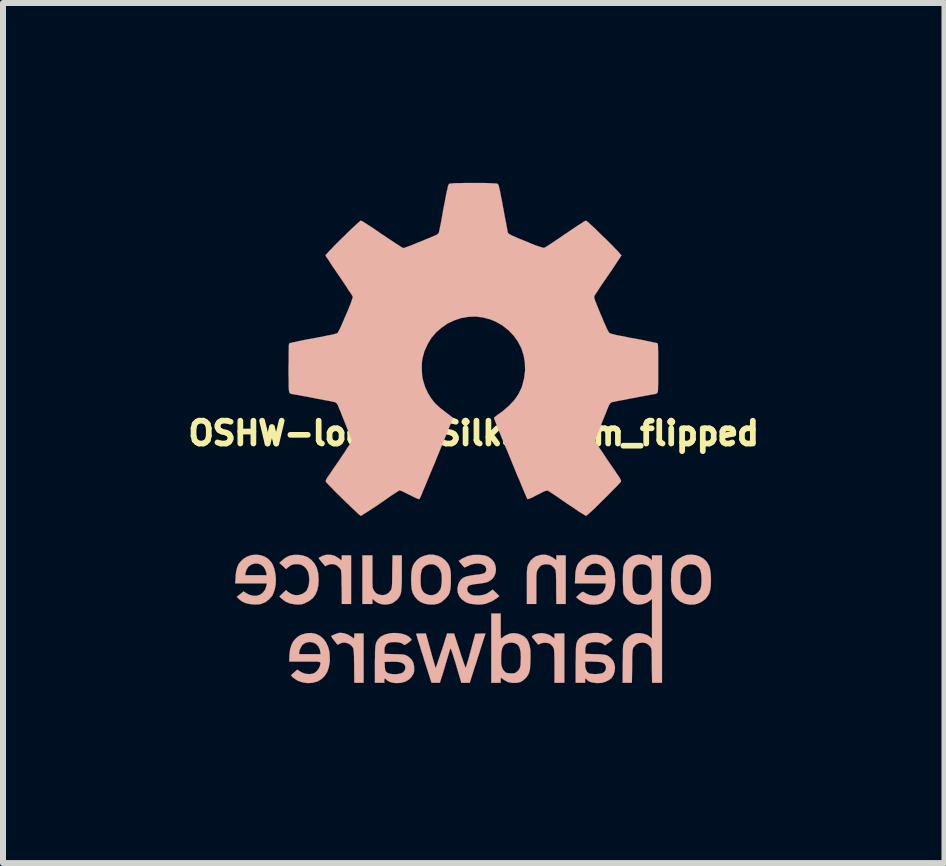
<source format=kicad_pcb>
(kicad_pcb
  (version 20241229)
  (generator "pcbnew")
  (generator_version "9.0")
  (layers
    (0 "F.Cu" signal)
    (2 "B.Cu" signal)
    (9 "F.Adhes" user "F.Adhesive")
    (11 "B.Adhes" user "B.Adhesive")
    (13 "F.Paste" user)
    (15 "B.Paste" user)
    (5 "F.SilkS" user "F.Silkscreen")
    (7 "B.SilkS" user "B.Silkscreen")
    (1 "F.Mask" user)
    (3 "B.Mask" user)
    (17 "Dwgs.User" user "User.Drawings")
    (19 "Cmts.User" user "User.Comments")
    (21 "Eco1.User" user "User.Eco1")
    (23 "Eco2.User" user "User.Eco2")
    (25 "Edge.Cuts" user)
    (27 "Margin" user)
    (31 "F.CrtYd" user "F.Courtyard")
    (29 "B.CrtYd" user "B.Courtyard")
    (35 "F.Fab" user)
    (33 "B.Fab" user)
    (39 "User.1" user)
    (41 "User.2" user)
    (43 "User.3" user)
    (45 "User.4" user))
  (footprint "OSHW-logo_B.SilkS_8mm_flipped"
    (layer "F.Cu")
    (at 4.849 4.174)
    (property "Reference" "OSHW-logo_B.SilkS_8mm_flipped" (at 0 0 0) (layer "F.SilkS") (effects (font (size 0.381 0.381) (thickness 0.127))))
    (attr through_hole)
    (fp_poly (pts (xy 0.97 3.391) (xy 0.975 3.404) (xy 0.993 3.426) (xy 1.019 3.457) (xy 1.024 3.465) (xy 1.077 3.526) (xy 1.11 3.508) (xy 1.151 3.495) (xy 1.201 3.493) (xy 1.247 3.5) (xy 1.27 3.51) (xy 1.295 3.531) (xy 1.321 3.561) (xy 1.323 3.569) (xy 1.331 3.581) (xy 1.336 3.594) (xy 1.339 3.612) (xy 1.341 3.635) (xy 1.344 3.668) (xy 1.344 3.713) (xy 1.346 3.772) (xy 1.346 3.848) (xy 1.346 3.884) (xy 1.346 4.161) (xy 1.427 4.161) (xy 1.511 4.161) (xy 1.511 3.749) (xy 1.511 3.338) (xy 1.427 3.338) (xy 1.346 3.338) (xy 1.346 3.381) (xy 1.346 3.424) (xy 1.321 3.404) (xy 1.267 3.365) (xy 1.204 3.343) (xy 1.138 3.332) (xy 1.072 3.338) (xy 1.013 3.355) (xy 0.988 3.373) (xy 0.973 3.386) (xy 0.97 3.391)) (stroke (width 0.003) (type solid)) (fill yes) (layer "B.SilkS"))
    (fp_poly (pts (xy -2.586 2.08) (xy -2.581 2.09) (xy -2.563 2.113) (xy -2.54 2.144) (xy -2.53 2.154) (xy -2.477 2.217) (xy -2.436 2.197) (xy -2.383 2.182) (xy -2.329 2.184) (xy -2.278 2.207) (xy -2.235 2.248) (xy -2.228 2.258) (xy -2.22 2.266) (xy -2.215 2.278) (xy -2.212 2.294) (xy -2.21 2.316) (xy -2.207 2.349) (xy -2.205 2.393) (xy -2.205 2.451) (xy -2.205 2.527) (xy -2.202 2.565) (xy -2.2 2.847) (xy -2.121 2.847) (xy -2.045 2.847) (xy -2.045 2.441) (xy -2.045 2.035) (xy -2.123 2.035) (xy -2.202 2.035) (xy -2.202 2.075) (xy -2.202 2.101) (xy -2.205 2.116) (xy -2.207 2.118) (xy -2.217 2.111) (xy -2.238 2.095) (xy -2.253 2.083) (xy -2.314 2.045) (xy -2.38 2.027) (xy -2.449 2.024) (xy -2.52 2.042) (xy -2.532 2.05) (xy -2.56 2.065) (xy -2.581 2.075) (xy -2.586 2.08)) (stroke (width 0.003) (type solid)) (fill yes) (layer "B.SilkS"))
    (fp_poly (pts (xy -2.375 3.381) (xy -2.372 3.391) (xy -2.362 3.411) (xy -2.339 3.442) (xy -2.304 3.485) (xy -2.299 3.493) (xy -2.268 3.528) (xy -2.238 3.51) (xy -2.195 3.493) (xy -2.144 3.49) (xy -2.093 3.505) (xy -2.05 3.531) (xy -2.019 3.569) (xy -2.012 3.579) (xy -2.007 3.594) (xy -2.004 3.612) (xy -2.002 3.637) (xy -1.999 3.673) (xy -1.996 3.719) (xy -1.996 3.782) (xy -1.994 3.861) (xy -1.994 3.884) (xy -1.991 4.161) (xy -1.913 4.161) (xy -1.836 4.161) (xy -1.836 3.749) (xy -1.836 3.338) (xy -1.915 3.338) (xy -1.991 3.338) (xy -1.991 3.378) (xy -1.994 3.406) (xy -1.996 3.419) (xy -1.996 3.421) (xy -2.009 3.416) (xy -2.029 3.401) (xy -2.05 3.386) (xy -2.101 3.355) (xy -2.162 3.335) (xy -2.225 3.327) (xy -2.228 3.327) (xy -2.25 3.33) (xy -2.283 3.34) (xy -2.319 3.353) (xy -2.349 3.365) (xy -2.37 3.376) (xy -2.375 3.381)) (stroke (width 0.003) (type solid)) (fill yes) (layer "B.SilkS"))
    (fp_poly (pts (xy -3.241 2.72) (xy -3.203 2.758) (xy -3.139 2.807) (xy -3.071 2.837) (xy -2.99 2.852) (xy -2.962 2.855) (xy -2.908 2.855) (xy -2.87 2.852) (xy -2.835 2.842) (xy -2.824 2.837) (xy -2.748 2.799) (xy -2.685 2.751) (xy -2.639 2.69) (xy -2.609 2.619) (xy -2.591 2.532) (xy -2.586 2.436) (xy -2.593 2.334) (xy -2.616 2.245) (xy -2.654 2.172) (xy -2.708 2.111) (xy -2.771 2.065) (xy -2.85 2.037) (xy -2.924 2.027) (xy -3.01 2.029) (xy -3.086 2.047) (xy -3.157 2.088) (xy -3.208 2.131) (xy -3.241 2.162) (xy -3.185 2.212) (xy -3.129 2.266) (xy -3.101 2.24) (xy -3.051 2.202) (xy -2.992 2.184) (xy -2.934 2.182) (xy -2.878 2.192) (xy -2.83 2.22) (xy -2.789 2.261) (xy -2.761 2.314) (xy -2.758 2.319) (xy -2.746 2.383) (xy -2.743 2.449) (xy -2.748 2.515) (xy -2.764 2.573) (xy -2.786 2.621) (xy -2.804 2.642) (xy -2.855 2.677) (xy -2.916 2.697) (xy -2.977 2.7) (xy -3.038 2.682) (xy -3.091 2.649) (xy -3.101 2.642) (xy -3.129 2.614) (xy -3.185 2.667) (xy -3.241 2.72)) (stroke (width 0.003) (type solid)) (fill yes) (layer "B.SilkS"))
    (fp_poly (pts (xy -1.857 2.847) (xy -1.773 2.847) (xy -1.689 2.847) (xy -1.689 2.804) (xy -1.689 2.761) (xy -1.661 2.786) (xy -1.605 2.827) (xy -1.542 2.85) (xy -1.471 2.857) (xy -1.402 2.847) (xy -1.361 2.835) (xy -1.321 2.809) (xy -1.283 2.779) (xy -1.27 2.766) (xy -1.252 2.743) (xy -1.237 2.72) (xy -1.224 2.695) (xy -1.214 2.664) (xy -1.209 2.624) (xy -1.204 2.576) (xy -1.201 2.512) (xy -1.199 2.436) (xy -1.199 2.339) (xy -1.199 2.324) (xy -1.199 2.035) (xy -1.278 2.035) (xy -1.354 2.035) (xy -1.359 2.309) (xy -1.359 2.39) (xy -1.361 2.456) (xy -1.361 2.507) (xy -1.364 2.543) (xy -1.367 2.57) (xy -1.372 2.588) (xy -1.374 2.603) (xy -1.382 2.616) (xy -1.42 2.662) (xy -1.468 2.69) (xy -1.521 2.7) (xy -1.58 2.69) (xy -1.59 2.687) (xy -1.628 2.667) (xy -1.656 2.634) (xy -1.664 2.624) (xy -1.671 2.611) (xy -1.679 2.596) (xy -1.681 2.581) (xy -1.687 2.56) (xy -1.687 2.532) (xy -1.689 2.494) (xy -1.689 2.443) (xy -1.689 2.377) (xy -1.689 2.306) (xy -1.689 2.035) (xy -1.773 2.035) (xy -1.857 2.035) (xy -1.857 2.441) (xy -1.857 2.847)) (stroke (width 0.003) (type solid)) (fill yes) (layer "B.SilkS"))
    (fp_poly (pts (xy 0.886 2.847) (xy 0.965 2.847) (xy 1.044 2.847) (xy 1.044 2.583) (xy 1.044 2.502) (xy 1.044 2.438) (xy 1.044 2.39) (xy 1.046 2.355) (xy 1.049 2.329) (xy 1.052 2.309) (xy 1.057 2.294) (xy 1.064 2.278) (xy 1.067 2.273) (xy 1.097 2.228) (xy 1.13 2.2) (xy 1.176 2.187) (xy 1.209 2.184) (xy 1.262 2.189) (xy 1.303 2.207) (xy 1.339 2.243) (xy 1.349 2.258) (xy 1.356 2.266) (xy 1.361 2.278) (xy 1.367 2.294) (xy 1.369 2.316) (xy 1.372 2.349) (xy 1.372 2.393) (xy 1.374 2.451) (xy 1.374 2.527) (xy 1.374 2.565) (xy 1.377 2.847) (xy 1.455 2.847) (xy 1.534 2.847) (xy 1.534 2.441) (xy 1.534 2.035) (xy 1.455 2.035) (xy 1.377 2.035) (xy 1.377 2.075) (xy 1.377 2.118) (xy 1.328 2.08) (xy 1.265 2.045) (xy 1.194 2.024) (xy 1.123 2.027) (xy 1.052 2.047) (xy 1.046 2.047) (xy 0.991 2.083) (xy 0.947 2.126) (xy 0.912 2.184) (xy 0.904 2.2) (xy 0.899 2.215) (xy 0.894 2.233) (xy 0.892 2.253) (xy 0.889 2.283) (xy 0.886 2.322) (xy 0.886 2.372) (xy 0.886 2.438) (xy 0.886 2.522) (xy 0.886 2.543) (xy 0.886 2.847)) (stroke (width 0.003) (type solid)) (fill yes) (layer "B.SilkS"))
    (fp_poly (pts (xy -3.978 2.504) (xy -3.81 2.504) (xy -3.81 2.367) (xy -3.805 2.327) (xy -3.787 2.271) (xy -3.757 2.225) (xy -3.713 2.192) (xy -3.708 2.189) (xy -3.65 2.172) (xy -3.592 2.174) (xy -3.543 2.195) (xy -3.503 2.23) (xy -3.472 2.281) (xy -3.459 2.329) (xy -3.452 2.367) (xy -3.63 2.367) (xy -3.81 2.367) (xy -3.81 2.504) (xy -3.713 2.504) (xy -3.449 2.504) (xy -3.457 2.543) (xy -3.477 2.606) (xy -3.513 2.654) (xy -3.559 2.69) (xy -3.612 2.708) (xy -3.673 2.71) (xy -3.736 2.695) (xy -3.8 2.662) (xy -3.838 2.637) (xy -3.894 2.682) (xy -3.952 2.728) (xy -3.919 2.761) (xy -3.866 2.804) (xy -3.797 2.835) (xy -3.719 2.85) (xy -3.673 2.855) (xy -3.627 2.855) (xy -3.586 2.852) (xy -3.556 2.85) (xy -3.551 2.847) (xy -3.477 2.819) (xy -3.414 2.771) (xy -3.36 2.71) (xy -3.343 2.675) (xy -3.317 2.601) (xy -3.302 2.52) (xy -3.299 2.431) (xy -3.307 2.342) (xy -3.325 2.261) (xy -3.353 2.187) (xy -3.376 2.149) (xy -3.429 2.093) (xy -3.49 2.055) (xy -3.559 2.032) (xy -3.632 2.024) (xy -3.708 2.032) (xy -3.78 2.057) (xy -3.846 2.098) (xy -3.879 2.131) (xy -3.917 2.174) (xy -3.942 2.228) (xy -3.96 2.294) (xy -3.97 2.372) (xy -3.97 2.395) (xy -3.978 2.504)) (stroke (width 0.003) (type solid)) (fill yes) (layer "B.SilkS"))
    (fp_poly (pts (xy -3.076 3.807) (xy -2.911 3.807) (xy -2.911 3.683) (xy -2.911 3.653) (xy -2.903 3.617) (xy -2.885 3.576) (xy -2.863 3.538) (xy -2.837 3.513) (xy -2.786 3.487) (xy -2.731 3.48) (xy -2.677 3.49) (xy -2.629 3.513) (xy -2.591 3.553) (xy -2.565 3.609) (xy -2.56 3.637) (xy -2.553 3.683) (xy -2.731 3.683) (xy -2.911 3.683) (xy -2.911 3.807) (xy -2.817 3.807) (xy -2.733 3.807) (xy -2.67 3.807) (xy -2.624 3.807) (xy -2.591 3.81) (xy -2.568 3.815) (xy -2.558 3.823) (xy -2.555 3.835) (xy -2.558 3.851) (xy -2.563 3.871) (xy -2.565 3.884) (xy -2.588 3.929) (xy -2.621 3.97) (xy -2.659 3.998) (xy -2.677 4.006) (xy -2.736 4.016) (xy -2.802 4.011) (xy -2.863 3.99) (xy -2.888 3.975) (xy -2.944 3.942) (xy -2.995 3.988) (xy -3.02 4.011) (xy -3.04 4.028) (xy -3.045 4.039) (xy -3.038 4.049) (xy -3.02 4.067) (xy -3.002 4.082) (xy -2.936 4.125) (xy -2.857 4.153) (xy -2.771 4.166) (xy -2.687 4.161) (xy -2.609 4.14) (xy -2.543 4.102) (xy -2.487 4.049) (xy -2.443 3.98) (xy -2.416 3.899) (xy -2.4 3.802) (xy -2.4 3.749) (xy -2.405 3.65) (xy -2.428 3.561) (xy -2.464 3.485) (xy -2.51 3.424) (xy -2.568 3.376) (xy -2.634 3.345) (xy -2.708 3.33) (xy -2.789 3.335) (xy -2.802 3.338) (xy -2.857 3.353) (xy -2.901 3.371) (xy -2.941 3.399) (xy -2.964 3.419) (xy -3.007 3.467) (xy -3.038 3.526) (xy -3.061 3.599) (xy -3.073 3.688) (xy -3.076 3.762) (xy -3.076 3.807)) (stroke (width 0.003) (type solid)) (fill yes) (layer "B.SilkS"))
    (fp_poly (pts (xy -1.044 2.461) (xy -1.041 2.535) (xy -1.034 2.601) (xy -1.021 2.654) (xy -1.016 2.667) (xy -0.98 2.728) (xy -0.93 2.784) (xy -0.886 2.812) (xy -0.886 2.441) (xy -0.884 2.367) (xy -0.876 2.311) (xy -0.864 2.268) (xy -0.841 2.238) (xy -0.81 2.212) (xy -0.792 2.202) (xy -0.737 2.184) (xy -0.681 2.184) (xy -0.63 2.202) (xy -0.589 2.235) (xy -0.556 2.283) (xy -0.538 2.342) (xy -0.536 2.355) (xy -0.533 2.403) (xy -0.533 2.459) (xy -0.538 2.515) (xy -0.544 2.563) (xy -0.554 2.596) (xy -0.556 2.603) (xy -0.592 2.652) (xy -0.638 2.685) (xy -0.691 2.7) (xy -0.747 2.697) (xy -0.798 2.677) (xy -0.833 2.654) (xy -0.856 2.624) (xy -0.874 2.583) (xy -0.884 2.53) (xy -0.886 2.459) (xy -0.886 2.441) (xy -0.886 2.812) (xy -0.869 2.822) (xy -0.805 2.845) (xy -0.734 2.855) (xy -0.66 2.855) (xy -0.592 2.842) (xy -0.589 2.84) (xy -0.538 2.814) (xy -0.488 2.771) (xy -0.48 2.764) (xy -0.445 2.728) (xy -0.419 2.692) (xy -0.401 2.654) (xy -0.391 2.609) (xy -0.384 2.553) (xy -0.381 2.482) (xy -0.381 2.441) (xy -0.381 2.36) (xy -0.386 2.299) (xy -0.396 2.248) (xy -0.411 2.207) (xy -0.432 2.169) (xy -0.462 2.134) (xy -0.472 2.121) (xy -0.533 2.073) (xy -0.602 2.042) (xy -0.676 2.024) (xy -0.749 2.024) (xy -0.82 2.04) (xy -0.886 2.068) (xy -0.945 2.111) (xy -0.993 2.169) (xy -1.013 2.207) (xy -1.029 2.253) (xy -1.039 2.316) (xy -1.044 2.388) (xy -1.044 2.461)) (stroke (width 0.003) (type solid)) (fill yes) (layer "B.SilkS"))
    (fp_poly (pts (xy 3.289 2.441) (xy 3.292 2.52) (xy 3.297 2.583) (xy 3.305 2.634) (xy 3.32 2.675) (xy 3.343 2.71) (xy 3.371 2.746) (xy 3.383 2.758) (xy 3.444 2.807) (xy 3.444 2.461) (xy 3.444 2.4) (xy 3.449 2.347) (xy 3.459 2.299) (xy 3.467 2.273) (xy 3.5 2.23) (xy 3.546 2.2) (xy 3.594 2.184) (xy 3.645 2.184) (xy 3.696 2.197) (xy 3.739 2.225) (xy 3.772 2.268) (xy 3.777 2.276) (xy 3.787 2.314) (xy 3.795 2.367) (xy 3.797 2.428) (xy 3.797 2.489) (xy 3.792 2.545) (xy 3.782 2.591) (xy 3.777 2.603) (xy 3.744 2.649) (xy 3.701 2.685) (xy 3.68 2.695) (xy 3.653 2.7) (xy 3.612 2.697) (xy 3.571 2.69) (xy 3.538 2.68) (xy 3.528 2.675) (xy 3.487 2.634) (xy 3.459 2.583) (xy 3.447 2.52) (xy 3.447 2.517) (xy 3.444 2.461) (xy 3.444 2.807) (xy 3.447 2.809) (xy 3.52 2.842) (xy 3.599 2.857) (xy 3.68 2.855) (xy 3.731 2.842) (xy 3.802 2.809) (xy 3.866 2.761) (xy 3.912 2.697) (xy 3.927 2.667) (xy 3.942 2.616) (xy 3.952 2.553) (xy 3.955 2.479) (xy 3.955 2.403) (xy 3.95 2.329) (xy 3.94 2.263) (xy 3.924 2.21) (xy 3.922 2.205) (xy 3.884 2.141) (xy 3.83 2.09) (xy 3.769 2.055) (xy 3.701 2.032) (xy 3.627 2.024) (xy 3.553 2.029) (xy 3.482 2.055) (xy 3.416 2.093) (xy 3.383 2.121) (xy 3.35 2.159) (xy 3.327 2.195) (xy 3.31 2.233) (xy 3.299 2.281) (xy 3.292 2.337) (xy 3.292 2.41) (xy 3.289 2.441)) (stroke (width 0.003) (type solid)) (fill yes) (layer "B.SilkS"))
    (fp_poly (pts (xy 1.687 2.504) (xy 1.847 2.504) (xy 1.847 2.355) (xy 1.852 2.316) (xy 1.869 2.276) (xy 1.89 2.238) (xy 1.895 2.23) (xy 1.941 2.192) (xy 1.991 2.174) (xy 2.047 2.172) (xy 2.106 2.192) (xy 2.108 2.195) (xy 2.146 2.223) (xy 2.177 2.266) (xy 2.197 2.309) (xy 2.2 2.337) (xy 2.2 2.367) (xy 2.024 2.367) (xy 1.956 2.367) (xy 1.905 2.365) (xy 1.872 2.365) (xy 1.854 2.36) (xy 1.847 2.355) (xy 1.847 2.504) (xy 1.943 2.504) (xy 2.2 2.504) (xy 2.2 2.532) (xy 2.197 2.56) (xy 2.184 2.593) (xy 2.182 2.603) (xy 2.149 2.654) (xy 2.103 2.687) (xy 2.05 2.705) (xy 1.989 2.708) (xy 1.925 2.695) (xy 1.859 2.664) (xy 1.834 2.647) (xy 1.821 2.644) (xy 1.806 2.649) (xy 1.783 2.664) (xy 1.763 2.68) (xy 1.737 2.705) (xy 1.717 2.723) (xy 1.709 2.733) (xy 1.72 2.746) (xy 1.742 2.764) (xy 1.773 2.786) (xy 1.808 2.809) (xy 1.844 2.827) (xy 1.875 2.84) (xy 1.882 2.842) (xy 1.943 2.855) (xy 2.014 2.857) (xy 2.083 2.85) (xy 2.136 2.837) (xy 2.207 2.802) (xy 2.266 2.756) (xy 2.309 2.692) (xy 2.337 2.619) (xy 2.355 2.527) (xy 2.357 2.446) (xy 2.349 2.339) (xy 2.329 2.248) (xy 2.296 2.172) (xy 2.25 2.111) (xy 2.189 2.065) (xy 2.118 2.037) (xy 2.045 2.027) (xy 1.961 2.029) (xy 1.887 2.052) (xy 1.819 2.093) (xy 1.796 2.113) (xy 1.755 2.154) (xy 1.727 2.197) (xy 1.709 2.248) (xy 1.697 2.309) (xy 1.692 2.385) (xy 1.687 2.504)) (stroke (width 0.003) (type solid)) (fill yes) (layer "B.SilkS"))
    (fp_poly (pts (xy -0.272 2.591) (xy -0.267 2.657) (xy -0.241 2.718) (xy -0.198 2.771) (xy -0.137 2.814) (xy -0.117 2.824) (xy -0.061 2.842) (xy 0.008 2.852) (xy 0.081 2.857) (xy 0.15 2.852) (xy 0.208 2.84) (xy 0.3 2.802) (xy 0.376 2.756) (xy 0.389 2.746) (xy 0.427 2.715) (xy 0.371 2.659) (xy 0.315 2.606) (xy 0.267 2.642) (xy 0.213 2.677) (xy 0.157 2.695) (xy 0.091 2.705) (xy 0.058 2.705) (xy -0.003 2.703) (xy -0.048 2.69) (xy -0.081 2.664) (xy -0.097 2.647) (xy -0.109 2.614) (xy -0.107 2.578) (xy -0.089 2.548) (xy -0.079 2.54) (xy -0.058 2.532) (xy -0.02 2.522) (xy 0.028 2.515) (xy 0.076 2.51) (xy 0.152 2.499) (xy 0.211 2.487) (xy 0.246 2.474) (xy 0.302 2.436) (xy 0.34 2.388) (xy 0.363 2.332) (xy 0.371 2.273) (xy 0.363 2.212) (xy 0.343 2.156) (xy 0.305 2.106) (xy 0.251 2.065) (xy 0.231 2.055) (xy 0.193 2.04) (xy 0.145 2.032) (xy 0.086 2.027) (xy -0.015 2.029) (xy -0.107 2.05) (xy -0.193 2.09) (xy -0.201 2.095) (xy -0.251 2.129) (xy -0.208 2.179) (xy -0.185 2.207) (xy -0.165 2.228) (xy -0.157 2.238) (xy -0.145 2.235) (xy -0.119 2.225) (xy -0.104 2.217) (xy -0.043 2.189) (xy 0.015 2.177) (xy 0.071 2.172) (xy 0.122 2.177) (xy 0.163 2.195) (xy 0.193 2.217) (xy 0.208 2.253) (xy 0.208 2.266) (xy 0.206 2.294) (xy 0.196 2.314) (xy 0.178 2.332) (xy 0.147 2.342) (xy 0.102 2.352) (xy 0.038 2.36) (xy 0.015 2.362) (xy -0.066 2.375) (xy -0.132 2.39) (xy -0.18 2.413) (xy -0.216 2.443) (xy -0.244 2.487) (xy -0.259 2.522) (xy -0.272 2.591)) (stroke (width 0.003) (type solid)) (fill yes) (layer "B.SilkS"))
    (fp_poly (pts (xy -0.96 3.345) (xy -0.958 3.358) (xy -0.947 3.386) (xy -0.935 3.432) (xy -0.917 3.487) (xy -0.894 3.559) (xy -0.871 3.637) (xy -0.843 3.721) (xy -0.833 3.757) (xy -0.704 4.161) (xy -0.635 4.161) (xy -0.564 4.161) (xy -0.533 4.059) (xy -0.518 4.016) (xy -0.5 3.955) (xy -0.48 3.889) (xy -0.46 3.82) (xy -0.447 3.777) (xy -0.429 3.716) (xy -0.414 3.665) (xy -0.401 3.625) (xy -0.391 3.597) (xy -0.386 3.586) (xy -0.384 3.589) (xy -0.376 3.607) (xy -0.366 3.637) (xy -0.351 3.68) (xy -0.333 3.741) (xy -0.307 3.82) (xy -0.279 3.917) (xy -0.246 4.028) (xy -0.221 4.112) (xy -0.208 4.161) (xy -0.137 4.161) (xy -0.066 4.161) (xy 0.013 3.909) (xy 0.041 3.828) (xy 0.066 3.744) (xy 0.094 3.66) (xy 0.117 3.584) (xy 0.137 3.52) (xy 0.145 3.498) (xy 0.196 3.338) (xy 0.112 3.34) (xy 0.025 3.343) (xy -0.051 3.627) (xy -0.071 3.701) (xy -0.089 3.767) (xy -0.107 3.823) (xy -0.119 3.868) (xy -0.13 3.899) (xy -0.135 3.912) (xy -0.14 3.901) (xy -0.15 3.873) (xy -0.165 3.833) (xy -0.183 3.78) (xy -0.206 3.713) (xy -0.229 3.642) (xy -0.234 3.625) (xy -0.328 3.338) (xy -0.386 3.338) (xy -0.445 3.338) (xy -0.457 3.381) (xy -0.472 3.426) (xy -0.488 3.48) (xy -0.508 3.541) (xy -0.528 3.604) (xy -0.551 3.67) (xy -0.572 3.734) (xy -0.592 3.792) (xy -0.607 3.84) (xy -0.622 3.879) (xy -0.63 3.904) (xy -0.635 3.912) (xy -0.64 3.901) (xy -0.648 3.873) (xy -0.66 3.833) (xy -0.676 3.777) (xy -0.696 3.711) (xy -0.714 3.64) (xy -0.719 3.625) (xy -0.798 3.338) (xy -0.879 3.338) (xy -0.917 3.338) (xy -0.945 3.34) (xy -0.96 3.345)) (stroke (width 0.003) (type solid)) (fill yes) (layer "B.SilkS"))
    (fp_poly (pts (xy 0.292 4.161) (xy 0.371 4.161) (xy 0.45 4.161) (xy 0.45 4.12) (xy 0.45 4.094) (xy 0.452 4.079) (xy 0.455 4.079) (xy 0.457 4.079) (xy 0.457 3.759) (xy 0.457 3.726) (xy 0.462 3.645) (xy 0.475 3.584) (xy 0.498 3.538) (xy 0.533 3.51) (xy 0.579 3.495) (xy 0.62 3.49) (xy 0.673 3.495) (xy 0.714 3.513) (xy 0.747 3.541) (xy 0.767 3.584) (xy 0.78 3.642) (xy 0.785 3.721) (xy 0.785 3.744) (xy 0.782 3.815) (xy 0.78 3.868) (xy 0.77 3.909) (xy 0.754 3.94) (xy 0.734 3.962) (xy 0.732 3.965) (xy 0.709 3.985) (xy 0.688 3.998) (xy 0.66 4.003) (xy 0.625 4.003) (xy 0.605 4.003) (xy 0.569 4) (xy 0.544 3.993) (xy 0.526 3.983) (xy 0.505 3.96) (xy 0.485 3.934) (xy 0.472 3.904) (xy 0.462 3.868) (xy 0.457 3.82) (xy 0.457 3.759) (xy 0.457 4.079) (xy 0.465 4.084) (xy 0.485 4.097) (xy 0.5 4.11) (xy 0.569 4.148) (xy 0.643 4.163) (xy 0.721 4.161) (xy 0.777 4.148) (xy 0.823 4.122) (xy 0.866 4.082) (xy 0.874 4.074) (xy 0.897 4.044) (xy 0.914 4.013) (xy 0.927 3.978) (xy 0.937 3.934) (xy 0.942 3.879) (xy 0.945 3.813) (xy 0.947 3.706) (xy 0.945 3.614) (xy 0.932 3.543) (xy 0.912 3.482) (xy 0.886 3.434) (xy 0.848 3.396) (xy 0.815 3.373) (xy 0.744 3.343) (xy 0.673 3.332) (xy 0.602 3.34) (xy 0.531 3.371) (xy 0.503 3.388) (xy 0.478 3.409) (xy 0.46 3.419) (xy 0.455 3.421) (xy 0.452 3.411) (xy 0.45 3.383) (xy 0.45 3.34) (xy 0.45 3.287) (xy 0.45 3.226) (xy 0.45 3.213) (xy 0.45 3.005) (xy 0.371 3.005) (xy 0.292 3.005) (xy 0.292 3.584) (xy 0.292 4.161)) (stroke (width 0.003) (type solid)) (fill yes) (layer "B.SilkS"))
    (fp_poly (pts (xy 1.699 4.161) (xy 1.778 4.161) (xy 1.857 4.161) (xy 1.857 4.125) (xy 1.857 3.861) (xy 1.857 3.807) (xy 1.974 3.807) (xy 2.052 3.81) (xy 2.111 3.815) (xy 2.154 3.828) (xy 2.182 3.846) (xy 2.197 3.868) (xy 2.205 3.901) (xy 2.205 3.912) (xy 2.197 3.952) (xy 2.177 3.98) (xy 2.144 4) (xy 2.113 4.008) (xy 2.073 4.013) (xy 2.024 4.016) (xy 1.979 4.013) (xy 1.941 4.008) (xy 1.92 4.003) (xy 1.89 3.978) (xy 1.869 3.937) (xy 1.857 3.886) (xy 1.857 3.861) (xy 1.857 4.125) (xy 1.859 4.097) (xy 1.869 4.089) (xy 1.882 4.1) (xy 1.887 4.11) (xy 1.91 4.13) (xy 1.946 4.148) (xy 1.996 4.158) (xy 2.05 4.166) (xy 2.108 4.163) (xy 2.139 4.161) (xy 2.192 4.145) (xy 2.245 4.12) (xy 2.286 4.092) (xy 2.296 4.082) (xy 2.329 4.034) (xy 2.349 3.973) (xy 2.355 3.912) (xy 2.355 3.901) (xy 2.344 3.84) (xy 2.322 3.79) (xy 2.289 3.752) (xy 2.263 3.729) (xy 2.24 3.713) (xy 2.215 3.701) (xy 2.182 3.693) (xy 2.139 3.688) (xy 2.08 3.683) (xy 2.029 3.683) (xy 1.862 3.678) (xy 1.859 3.625) (xy 1.862 3.574) (xy 1.875 3.533) (xy 1.897 3.505) (xy 1.9 3.503) (xy 1.941 3.49) (xy 1.991 3.482) (xy 2.045 3.482) (xy 2.095 3.487) (xy 2.139 3.5) (xy 2.164 3.515) (xy 2.189 3.538) (xy 2.253 3.493) (xy 2.316 3.444) (xy 2.283 3.414) (xy 2.225 3.371) (xy 2.154 3.343) (xy 2.073 3.33) (xy 1.986 3.33) (xy 1.897 3.345) (xy 1.826 3.373) (xy 1.77 3.411) (xy 1.73 3.459) (xy 1.712 3.51) (xy 1.709 3.536) (xy 1.704 3.579) (xy 1.702 3.64) (xy 1.702 3.719) (xy 1.699 3.807) (xy 1.699 3.858) (xy 1.699 4.161)) (stroke (width 0.003) (type solid)) (fill yes) (layer "B.SilkS"))
    (fp_poly (pts (xy -1.648 4.161) (xy -1.57 4.161) (xy -1.491 4.161) (xy -1.491 4.125) (xy -1.488 4.097) (xy -1.486 4.094) (xy -1.486 3.813) (xy -1.372 3.81) (xy -1.298 3.81) (xy -1.245 3.815) (xy -1.204 3.825) (xy -1.173 3.843) (xy -1.153 3.861) (xy -1.14 3.896) (xy -1.143 3.934) (xy -1.163 3.97) (xy -1.189 3.993) (xy -1.224 4.006) (xy -1.273 4.016) (xy -1.326 4.018) (xy -1.377 4.013) (xy -1.422 4.003) (xy -1.438 3.995) (xy -1.458 3.98) (xy -1.471 3.96) (xy -1.478 3.932) (xy -1.483 3.889) (xy -1.483 3.871) (xy -1.486 3.813) (xy -1.486 4.094) (xy -1.481 4.089) (xy -1.463 4.1) (xy -1.45 4.115) (xy -1.412 4.14) (xy -1.361 4.158) (xy -1.298 4.166) (xy -1.229 4.163) (xy -1.214 4.161) (xy -1.146 4.143) (xy -1.085 4.11) (xy -1.039 4.064) (xy -1.006 4.011) (xy -1.001 4) (xy -0.993 3.962) (xy -0.993 3.914) (xy -0.993 3.894) (xy -1.006 3.828) (xy -1.036 3.774) (xy -1.082 3.731) (xy -1.102 3.716) (xy -1.123 3.706) (xy -1.14 3.698) (xy -1.163 3.691) (xy -1.189 3.688) (xy -1.229 3.686) (xy -1.28 3.683) (xy -1.321 3.683) (xy -1.486 3.678) (xy -1.488 3.637) (xy -1.488 3.581) (xy -1.471 3.536) (xy -1.443 3.505) (xy -1.433 3.5) (xy -1.394 3.487) (xy -1.346 3.482) (xy -1.298 3.482) (xy -1.25 3.487) (xy -1.209 3.498) (xy -1.179 3.513) (xy -1.166 3.528) (xy -1.158 3.531) (xy -1.138 3.523) (xy -1.105 3.503) (xy -1.059 3.467) (xy -1.057 3.465) (xy -1.039 3.449) (xy -1.039 3.437) (xy -1.049 3.424) (xy -1.082 3.391) (xy -1.133 3.363) (xy -1.196 3.343) (xy -1.267 3.332) (xy -1.341 3.33) (xy -1.397 3.335) (xy -1.478 3.355) (xy -1.544 3.386) (xy -1.593 3.432) (xy -1.626 3.487) (xy -1.638 3.536) (xy -1.641 3.561) (xy -1.643 3.604) (xy -1.646 3.66) (xy -1.646 3.726) (xy -1.648 3.802) (xy -1.648 3.876) (xy -1.648 4.161)) (stroke (width 0.003) (type solid)) (fill yes) (layer "B.SilkS"))
    (fp_poly (pts (xy 2.482 4.161) (xy 2.56 4.161) (xy 2.637 4.161) (xy 2.642 3.884) (xy 2.642 3.8) (xy 2.642 3.734) (xy 2.644 3.683) (xy 2.647 3.645) (xy 2.649 3.619) (xy 2.652 3.599) (xy 2.657 3.584) (xy 2.662 3.574) (xy 2.667 3.566) (xy 2.705 3.523) (xy 2.753 3.498) (xy 2.812 3.49) (xy 2.814 3.49) (xy 2.865 3.498) (xy 2.903 3.518) (xy 2.941 3.553) (xy 2.946 3.561) (xy 2.951 3.571) (xy 2.957 3.581) (xy 2.962 3.597) (xy 2.964 3.619) (xy 2.967 3.653) (xy 2.967 3.696) (xy 2.969 3.754) (xy 2.969 3.828) (xy 2.969 3.876) (xy 2.974 4.161) (xy 3.056 4.161) (xy 3.139 4.161) (xy 3.139 3.099) (xy 3.139 2.035) (xy 3.056 2.035) (xy 2.972 2.035) (xy 2.972 2.078) (xy 2.972 2.121) (xy 2.944 2.093) (xy 2.891 2.055) (xy 2.824 2.032) (xy 2.756 2.024) (xy 2.687 2.032) (xy 2.644 2.047) (xy 2.593 2.08) (xy 2.548 2.123) (xy 2.515 2.174) (xy 2.502 2.205) (xy 2.494 2.235) (xy 2.492 2.278) (xy 2.489 2.337) (xy 2.487 2.4) (xy 2.487 2.469) (xy 2.489 2.535) (xy 2.492 2.593) (xy 2.494 2.642) (xy 2.499 2.675) (xy 2.502 2.68) (xy 2.522 2.72) (xy 2.555 2.764) (xy 2.596 2.804) (xy 2.639 2.835) (xy 2.644 2.835) (xy 2.644 2.464) (xy 2.644 2.441) (xy 2.647 2.367) (xy 2.652 2.314) (xy 2.662 2.271) (xy 2.68 2.24) (xy 2.705 2.215) (xy 2.713 2.207) (xy 2.756 2.189) (xy 2.807 2.182) (xy 2.857 2.189) (xy 2.885 2.2) (xy 2.916 2.217) (xy 2.936 2.238) (xy 2.951 2.266) (xy 2.962 2.306) (xy 2.964 2.357) (xy 2.967 2.426) (xy 2.967 2.446) (xy 2.967 2.504) (xy 2.967 2.548) (xy 2.964 2.576) (xy 2.959 2.598) (xy 2.951 2.616) (xy 2.941 2.631) (xy 2.918 2.662) (xy 2.893 2.682) (xy 2.885 2.687) (xy 2.845 2.697) (xy 2.799 2.697) (xy 2.753 2.69) (xy 2.715 2.675) (xy 2.713 2.675) (xy 2.687 2.649) (xy 2.667 2.619) (xy 2.654 2.581) (xy 2.647 2.53) (xy 2.644 2.464) (xy 2.644 2.835) (xy 2.667 2.845) (xy 2.738 2.857) (xy 2.812 2.85) (xy 2.883 2.827) (xy 2.941 2.789) (xy 2.949 2.781) (xy 2.972 2.761) (xy 2.972 3.094) (xy 2.972 3.424) (xy 2.949 3.404) (xy 2.896 3.365) (xy 2.832 3.343) (xy 2.766 3.332) (xy 2.7 3.335) (xy 2.642 3.355) (xy 2.586 3.391) (xy 2.543 3.432) (xy 2.512 3.48) (xy 2.507 3.495) (xy 2.499 3.508) (xy 2.497 3.526) (xy 2.492 3.546) (xy 2.489 3.574) (xy 2.487 3.612) (xy 2.487 3.66) (xy 2.487 3.724) (xy 2.484 3.807) (xy 2.484 3.846) (xy 2.482 4.161)) (stroke (width 0.003) (type solid)) (fill yes) (layer "B.SilkS"))
    (fp_poly (pts (xy -3.089 -0.986) (xy -3.086 -0.902) (xy -3.086 -0.833) (xy -3.086 -0.782) (xy -3.084 -0.742) (xy -3.081 -0.714) (xy -3.078 -0.693) (xy -3.076 -0.683) (xy -3.071 -0.676) (xy -3.071 -0.673) (xy -3.056 -0.66) (xy -3.048 -0.658) (xy -3.035 -0.655) (xy -3.007 -0.65) (xy -2.962 -0.643) (xy -2.903 -0.632) (xy -2.84 -0.62) (xy -2.766 -0.607) (xy -2.692 -0.592) (xy -2.616 -0.577) (xy -2.545 -0.564) (xy -2.479 -0.551) (xy -2.421 -0.541) (xy -2.372 -0.531) (xy -2.339 -0.523) (xy -2.324 -0.521) (xy -2.291 -0.505) (xy -2.271 -0.478) (xy -2.258 -0.45) (xy -2.243 -0.409) (xy -2.22 -0.358) (xy -2.197 -0.297) (xy -2.169 -0.231) (xy -2.144 -0.165) (xy -2.118 -0.099) (xy -2.093 -0.036) (xy -2.07 0.023) (xy -2.055 0.069) (xy -2.04 0.104) (xy -2.035 0.124) (xy -2.035 0.127) (xy -2.04 0.137) (xy -2.055 0.165) (xy -2.08 0.206) (xy -2.116 0.257) (xy -2.154 0.318) (xy -2.2 0.384) (xy -2.24 0.445) (xy -2.299 0.531) (xy -2.347 0.599) (xy -2.385 0.658) (xy -2.416 0.701) (xy -2.438 0.734) (xy -2.454 0.759) (xy -2.461 0.777) (xy -2.466 0.79) (xy -2.469 0.798) (xy -2.466 0.803) (xy -2.464 0.81) (xy -2.451 0.826) (xy -2.428 0.851) (xy -2.393 0.886) (xy -2.349 0.932) (xy -2.301 0.983) (xy -2.245 1.036) (xy -2.189 1.092) (xy -2.131 1.148) (xy -2.075 1.201) (xy -2.024 1.252) (xy -1.976 1.295) (xy -1.938 1.333) (xy -1.908 1.359) (xy -1.887 1.374) (xy -1.885 1.377) (xy -1.872 1.372) (xy -1.844 1.354) (xy -1.803 1.328) (xy -1.75 1.295) (xy -1.692 1.257) (xy -1.623 1.212) (xy -1.572 1.176) (xy -1.501 1.128) (xy -1.435 1.082) (xy -1.377 1.041) (xy -1.326 1.008) (xy -1.288 0.983) (xy -1.262 0.965) (xy -1.252 0.96) (xy -1.242 0.955) (xy -1.229 0.955) (xy -1.212 0.96) (xy -1.186 0.97) (xy -1.151 0.988) (xy -1.1 1.013) (xy -1.072 1.026) (xy -1.008 1.059) (xy -0.96 1.082) (xy -0.925 1.095) (xy -0.907 1.1) (xy -0.907 1.097) (xy -0.899 1.087) (xy -0.886 1.057) (xy -0.866 1.013) (xy -0.843 0.955) (xy -0.813 0.886) (xy -0.78 0.805) (xy -0.744 0.719) (xy -0.706 0.627) (xy -0.665 0.531) (xy -0.625 0.432) (xy -0.584 0.333) (xy -0.544 0.234) (xy -0.505 0.14) (xy -0.47 0.053) (xy -0.437 -0.028) (xy -0.409 -0.099) (xy -0.384 -0.16) (xy -0.366 -0.208) (xy -0.353 -0.239) (xy -0.348 -0.257) (xy -0.358 -0.267) (xy -0.381 -0.284) (xy -0.414 -0.31) (xy -0.452 -0.338) (xy -0.556 -0.419) (xy -0.643 -0.498) (xy -0.711 -0.584) (xy -0.767 -0.676) (xy -0.813 -0.777) (xy -0.846 -0.886) (xy -0.859 -0.95) (xy -0.864 -1.024) (xy -0.866 -1.102) (xy -0.864 -1.179) (xy -0.856 -1.242) (xy -0.823 -1.367) (xy -0.77 -1.483) (xy -0.706 -1.59) (xy -0.625 -1.684) (xy -0.533 -1.763) (xy -0.434 -1.831) (xy -0.325 -1.882) (xy -0.211 -1.92) (xy -0.089 -1.941) (xy 0.033 -1.946) (xy 0.157 -1.93) (xy 0.279 -1.897) (xy 0.353 -1.867) (xy 0.472 -1.801) (xy 0.577 -1.72) (xy 0.665 -1.628) (xy 0.737 -1.527) (xy 0.795 -1.415) (xy 0.833 -1.295) (xy 0.853 -1.171) (xy 0.856 -1.041) (xy 0.838 -0.907) (xy 0.803 -0.775) (xy 0.792 -0.749) (xy 0.744 -0.65) (xy 0.678 -0.554) (xy 0.589 -0.46) (xy 0.483 -0.368) (xy 0.442 -0.338) (xy 0.401 -0.31) (xy 0.368 -0.284) (xy 0.345 -0.267) (xy 0.338 -0.257) (xy 0.34 -0.246) (xy 0.351 -0.216) (xy 0.368 -0.173) (xy 0.391 -0.114) (xy 0.419 -0.046) (xy 0.45 0.033) (xy 0.485 0.119) (xy 0.523 0.211) (xy 0.564 0.307) (xy 0.605 0.406) (xy 0.645 0.505) (xy 0.686 0.605) (xy 0.724 0.699) (xy 0.762 0.785) (xy 0.795 0.866) (xy 0.826 0.94) (xy 0.851 1.001) (xy 0.871 1.046) (xy 0.886 1.079) (xy 0.894 1.097) (xy 0.909 1.097) (xy 0.937 1.087) (xy 0.983 1.067) (xy 1.041 1.036) (xy 1.062 1.026) (xy 1.118 0.998) (xy 1.161 0.975) (xy 1.191 0.963) (xy 1.212 0.958) (xy 1.227 0.955) (xy 1.237 0.958) (xy 1.242 0.96) (xy 1.257 0.97) (xy 1.285 0.988) (xy 1.328 1.016) (xy 1.382 1.052) (xy 1.443 1.095) (xy 1.509 1.14) (xy 1.56 1.176) (xy 1.631 1.222) (xy 1.697 1.267) (xy 1.753 1.306) (xy 1.803 1.336) (xy 1.841 1.359) (xy 1.864 1.374) (xy 1.872 1.377) (xy 1.885 1.369) (xy 1.91 1.349) (xy 1.946 1.316) (xy 1.994 1.273) (xy 2.05 1.219) (xy 2.111 1.158) (xy 2.167 1.102) (xy 2.23 1.041) (xy 2.289 0.98) (xy 2.339 0.93) (xy 2.385 0.884) (xy 2.418 0.848) (xy 2.441 0.823) (xy 2.451 0.81) (xy 2.456 0.805) (xy 2.456 0.798) (xy 2.456 0.79) (xy 2.451 0.78) (xy 2.443 0.762) (xy 2.431 0.739) (xy 2.408 0.706) (xy 2.38 0.665) (xy 2.344 0.61) (xy 2.296 0.541) (xy 2.24 0.46) (xy 2.23 0.445) (xy 2.182 0.373) (xy 2.139 0.307) (xy 2.098 0.249) (xy 2.068 0.198) (xy 2.042 0.16) (xy 2.027 0.135) (xy 2.024 0.127) (xy 2.027 0.112) (xy 2.037 0.084) (xy 2.055 0.041) (xy 2.073 -0.013) (xy 2.098 -0.074) (xy 2.123 -0.14) (xy 2.149 -0.206) (xy 2.177 -0.274) (xy 2.202 -0.335) (xy 2.223 -0.391) (xy 2.243 -0.437) (xy 2.256 -0.47) (xy 2.261 -0.478) (xy 2.281 -0.505) (xy 2.314 -0.521) (xy 2.332 -0.523) (xy 2.365 -0.531) (xy 2.413 -0.541) (xy 2.471 -0.551) (xy 2.54 -0.564) (xy 2.611 -0.579) (xy 2.687 -0.592) (xy 2.761 -0.607) (xy 2.832 -0.62) (xy 2.898 -0.632) (xy 2.954 -0.643) (xy 2.997 -0.65) (xy 3.028 -0.655) (xy 3.038 -0.658) (xy 3.051 -0.663) (xy 3.061 -0.673) (xy 3.066 -0.681) (xy 3.068 -0.691) (xy 3.071 -0.709) (xy 3.073 -0.734) (xy 3.073 -0.772) (xy 3.076 -0.82) (xy 3.076 -0.884) (xy 3.076 -0.965) (xy 3.076 -1.062) (xy 3.076 -1.09) (xy 3.076 -1.196) (xy 3.076 -1.283) (xy 3.076 -1.354) (xy 3.073 -1.407) (xy 3.073 -1.448) (xy 3.071 -1.476) (xy 3.068 -1.491) (xy 3.063 -1.499) (xy 3.063 -1.501) (xy 3.051 -1.504) (xy 3.02 -1.511) (xy 2.972 -1.521) (xy 2.911 -1.534) (xy 2.84 -1.549) (xy 2.761 -1.565) (xy 2.68 -1.58) (xy 2.593 -1.595) (xy 2.512 -1.613) (xy 2.438 -1.626) (xy 2.377 -1.638) (xy 2.327 -1.651) (xy 2.294 -1.659) (xy 2.278 -1.664) (xy 2.268 -1.669) (xy 2.258 -1.676) (xy 2.248 -1.692) (xy 2.235 -1.714) (xy 2.22 -1.745) (xy 2.2 -1.791) (xy 2.174 -1.847) (xy 2.144 -1.92) (xy 2.123 -1.968) (xy 2.088 -2.052) (xy 2.06 -2.121) (xy 2.04 -2.172) (xy 2.024 -2.212) (xy 2.014 -2.243) (xy 2.009 -2.263) (xy 2.009 -2.276) (xy 2.009 -2.283) (xy 2.017 -2.299) (xy 2.037 -2.329) (xy 2.065 -2.37) (xy 2.098 -2.423) (xy 2.141 -2.487) (xy 2.187 -2.555) (xy 2.238 -2.629) (xy 2.24 -2.631) (xy 2.291 -2.705) (xy 2.337 -2.774) (xy 2.377 -2.835) (xy 2.41 -2.885) (xy 2.438 -2.926) (xy 2.454 -2.954) (xy 2.461 -2.964) (xy 2.461 -2.967) (xy 2.454 -2.977) (xy 2.433 -3) (xy 2.403 -3.035) (xy 2.362 -3.076) (xy 2.314 -3.127) (xy 2.261 -3.18) (xy 2.205 -3.236) (xy 2.146 -3.292) (xy 2.088 -3.348) (xy 2.035 -3.401) (xy 1.984 -3.449) (xy 1.941 -3.487) (xy 1.908 -3.52) (xy 1.882 -3.538) (xy 1.872 -3.546) (xy 1.859 -3.541) (xy 1.831 -3.526) (xy 1.791 -3.498) (xy 1.737 -3.465) (xy 1.676 -3.424) (xy 1.608 -3.378) (xy 1.534 -3.327) (xy 1.521 -3.32) (xy 1.448 -3.269) (xy 1.379 -3.223) (xy 1.316 -3.18) (xy 1.262 -3.145) (xy 1.219 -3.117) (xy 1.189 -3.099) (xy 1.171 -3.091) (xy 1.156 -3.094) (xy 1.12 -3.104) (xy 1.072 -3.119) (xy 1.008 -3.142) (xy 0.935 -3.172) (xy 0.899 -3.188) (xy 0.813 -3.223) (xy 0.742 -3.251) (xy 0.686 -3.277) (xy 0.645 -3.294) (xy 0.615 -3.31) (xy 0.594 -3.32) (xy 0.582 -3.33) (xy 0.574 -3.338) (xy 0.569 -3.348) (xy 0.569 -3.35) (xy 0.564 -3.365) (xy 0.559 -3.399) (xy 0.549 -3.449) (xy 0.538 -3.51) (xy 0.523 -3.584) (xy 0.508 -3.665) (xy 0.493 -3.754) (xy 0.49 -3.759) (xy 0.472 -3.863) (xy 0.455 -3.947) (xy 0.442 -4.016) (xy 0.432 -4.067) (xy 0.422 -4.107) (xy 0.414 -4.133) (xy 0.406 -4.15) (xy 0.401 -4.158) (xy 0.386 -4.163) (xy 0.351 -4.166) (xy 0.302 -4.168) (xy 0.241 -4.171) (xy 0.173 -4.173) (xy 0.094 -4.173) (xy 0.015 -4.173) (xy -0.066 -4.173) (xy -0.145 -4.173) (xy -0.218 -4.171) (xy -0.284 -4.171) (xy -0.34 -4.168) (xy -0.381 -4.163) (xy -0.406 -4.161) (xy -0.411 -4.158) (xy -0.417 -4.15) (xy -0.424 -4.135) (xy -0.432 -4.11) (xy -0.439 -4.072) (xy -0.452 -4.021) (xy -0.465 -3.955) (xy -0.48 -3.873) (xy -0.5 -3.772) (xy -0.503 -3.759) (xy -0.518 -3.673) (xy -0.533 -3.589) (xy -0.546 -3.515) (xy -0.559 -3.452) (xy -0.569 -3.404) (xy -0.577 -3.368) (xy -0.579 -3.35) (xy -0.592 -3.33) (xy -0.617 -3.31) (xy -0.622 -3.307) (xy -0.653 -3.294) (xy -0.693 -3.277) (xy -0.747 -3.254) (xy -0.805 -3.231) (xy -0.869 -3.203) (xy -0.935 -3.178) (xy -0.996 -3.152) (xy -1.054 -3.129) (xy -1.105 -3.111) (xy -1.143 -3.096) (xy -1.168 -3.089) (xy -1.173 -3.089) (xy -1.186 -3.094) (xy -1.214 -3.109) (xy -1.255 -3.137) (xy -1.308 -3.17) (xy -1.369 -3.211) (xy -1.438 -3.256) (xy -1.511 -3.307) (xy -1.529 -3.317) (xy -1.603 -3.368) (xy -1.671 -3.416) (xy -1.735 -3.457) (xy -1.791 -3.493) (xy -1.834 -3.52) (xy -1.864 -3.538) (xy -1.882 -3.546) (xy -1.895 -3.538) (xy -1.918 -3.518) (xy -1.953 -3.487) (xy -1.996 -3.447) (xy -2.045 -3.401) (xy -2.101 -3.348) (xy -2.156 -3.292) (xy -2.215 -3.236) (xy -2.271 -3.18) (xy -2.324 -3.127) (xy -2.372 -3.076) (xy -2.413 -3.035) (xy -2.443 -3) (xy -2.466 -2.977) (xy -2.471 -2.967) (xy -2.466 -2.954) (xy -2.451 -2.929) (xy -2.423 -2.891) (xy -2.39 -2.84) (xy -2.352 -2.779) (xy -2.306 -2.713) (xy -2.256 -2.639) (xy -2.25 -2.631) (xy -2.2 -2.558) (xy -2.154 -2.489) (xy -2.113 -2.426) (xy -2.078 -2.372) (xy -2.047 -2.329) (xy -2.029 -2.299) (xy -2.022 -2.283) (xy -2.019 -2.283) (xy -2.019 -2.273) (xy -2.019 -2.258) (xy -2.027 -2.238) (xy -2.037 -2.207) (xy -2.052 -2.164) (xy -2.075 -2.108) (xy -2.103 -2.037) (xy -2.134 -1.968) (xy -2.169 -1.885) (xy -2.197 -1.819) (xy -2.22 -1.768) (xy -2.238 -1.73) (xy -2.253 -1.702) (xy -2.263 -1.684) (xy -2.273 -1.671) (xy -2.283 -1.666) (xy -2.289 -1.664) (xy -2.306 -1.659) (xy -2.342 -1.648) (xy -2.393 -1.638) (xy -2.456 -1.626) (xy -2.53 -1.61) (xy -2.611 -1.595) (xy -2.69 -1.58) (xy -2.776 -1.565) (xy -2.855 -1.549) (xy -2.926 -1.534) (xy -2.985 -1.521) (xy -3.033 -1.511) (xy -3.061 -1.504) (xy -3.073 -1.501) (xy -3.078 -1.494) (xy -3.081 -1.478) (xy -3.084 -1.45) (xy -3.084 -1.412) (xy -3.086 -1.361) (xy -3.086 -1.293) (xy -3.086 -1.209) (xy -3.089 -1.105) (xy -3.089 -1.09) (xy -3.089 -0.986)) (stroke (width 0.003) (type solid)) (fill yes) (layer "B.SilkS")))
  (gr_rect
    (start -3 -3)
    (end 12.698 11.341)
    (stroke (width 0.1) (type default))
    (fill no)
    (layer "Edge.Cuts")))
</source>
